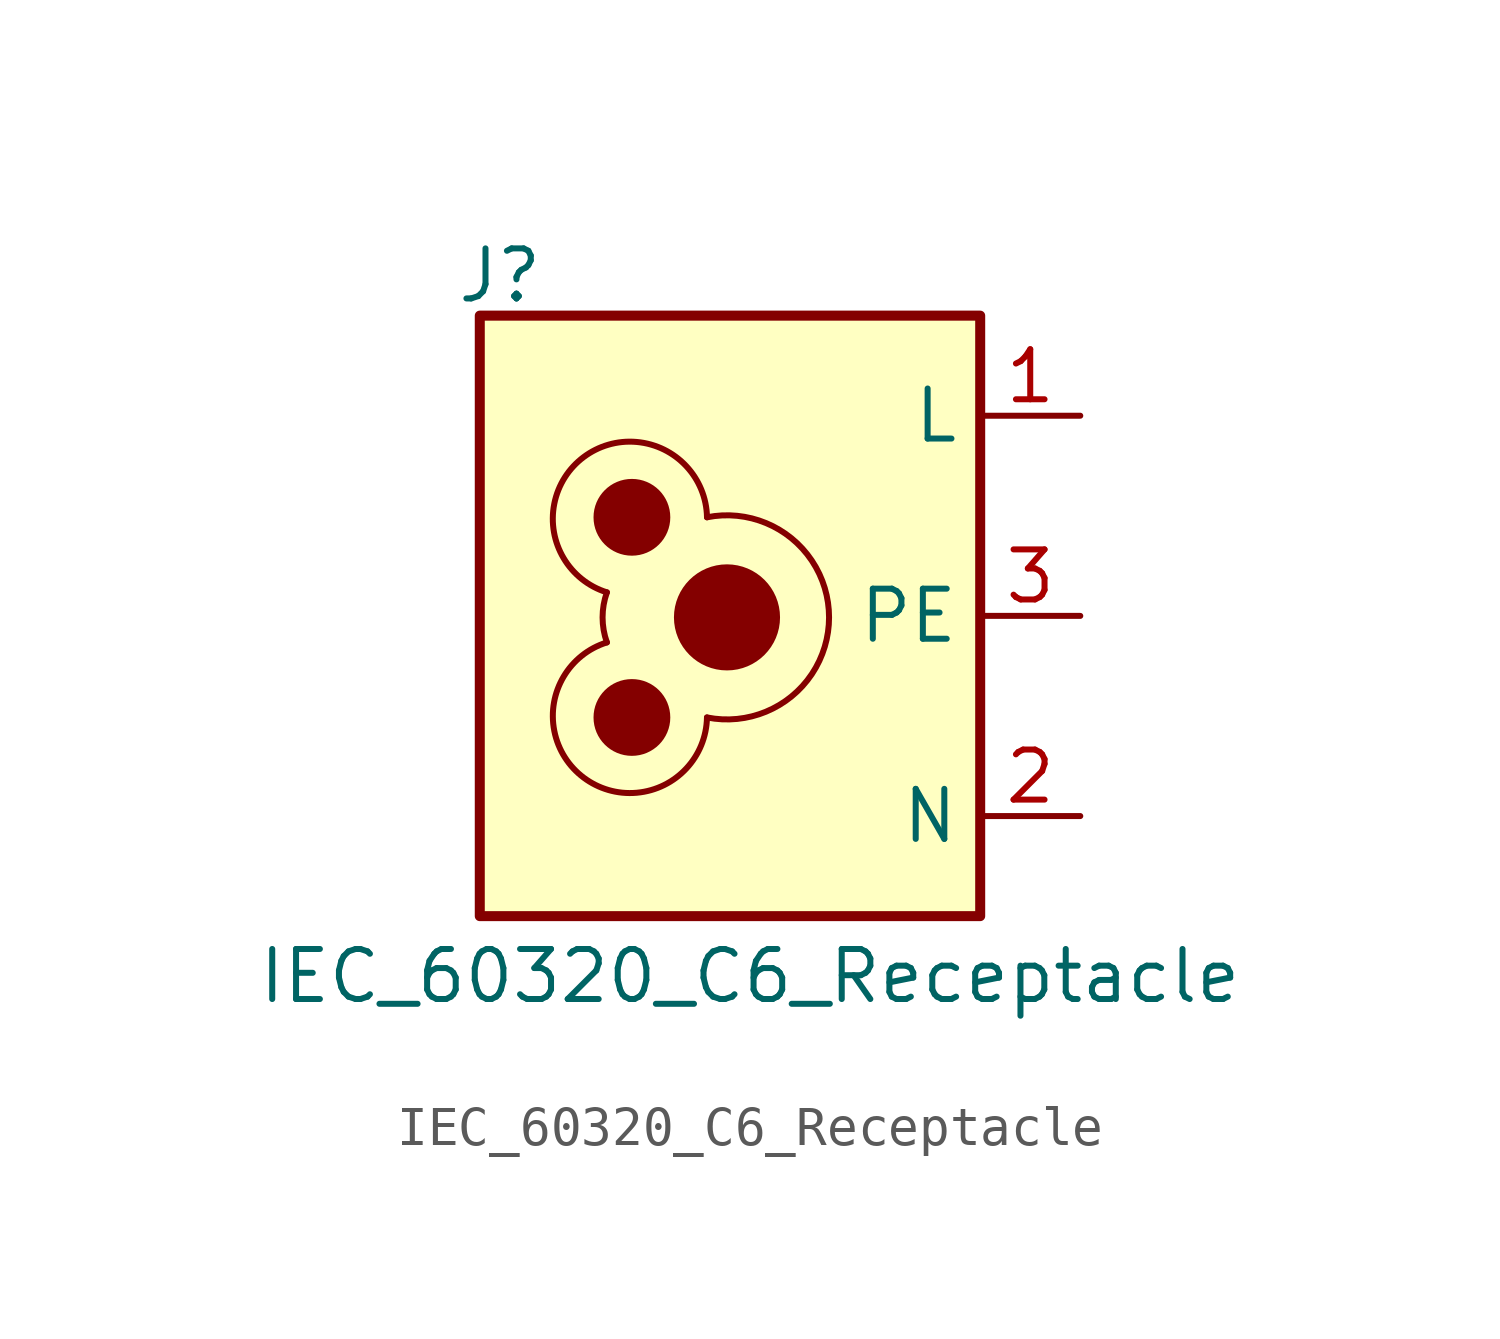
<source format=kicad_sym>
(kicad_symbol_lib
  (version 20241209)
  (generator "kicad_symbol_editor")
  (generator_version "9.0")
  (symbol "IEC_60320_C6_Receptacle"
    (property "Reference" "J"
      (at -5.842 8.636 0)
      (effects (font (size 1.27 1.27))))
    (property "Value" "IEC_60320_C6_Receptacle"
      (at 0.508 -9.144 0)
      (effects (font (size 1.27 1.27))))
    (symbol "IEC_60320_C6_Receptacle_0_1"
      (arc (start -3.1238 0.5974) (mid -3.7139 4.03) (end -0.5838 2.5024) (stroke (width 0) (type default)) (fill (type none)))
      (arc (start -0.5838 -2.5776) (mid -3.7139 -4.1052) (end -3.1238 -0.6726) (stroke (width 0) (type default)) (fill (type none)))
      (arc (start -3.1238 -0.6726) (mid -3.2336 -0.0376) (end -3.1238 0.5974) (stroke (width 0) (type default)) (fill (type none)))
      (arc (start -0.5838 2.5024) (mid 2.5145 -0.0376) (end -0.5838 -2.5776) (stroke (width 0) (type default)) (fill (type none))))
    (symbol "IEC_60320_C6_Receptacle_1_1"
      (polyline (pts (xy -6.35 7.62) (xy 6.35 7.62) (xy 6.35 -7.62) (xy -6.35 -7.62) (xy -6.35 7.62)) (stroke (width 0.254) (type default)) (fill (type background)))
      (circle (center -2.489 2.502) (radius 0.898) (stroke (width 0) (type default)) (fill (type outline)))
      (circle (center -2.489 -2.578) (radius 0.898) (stroke (width 0) (type default)) (fill (type outline)))
      (circle (center -0.076 -0.038) (radius 1.27) (stroke (width 0) (type default)) (fill (type outline)))
      (pin power_in line (at 8.89 5.08 180) (length 2.54) (name "L" (effects (font (size 1.27 1.27)))) (number "1" (effects (font (size 1.27 1.27)))))
      (pin bidirectional line (at 8.89 0 180) (length 2.54) (name "PE" (effects (font (size 1.27 1.27)))) (number "3" (effects (font (size 1.27 1.27)))))
      (pin power_in line (at 8.89 -5.08 180) (length 2.54) (name "N" (effects (font (size 1.27 1.27)))) (number "2" (effects (font (size 1.27 1.27))))))))
</source>
